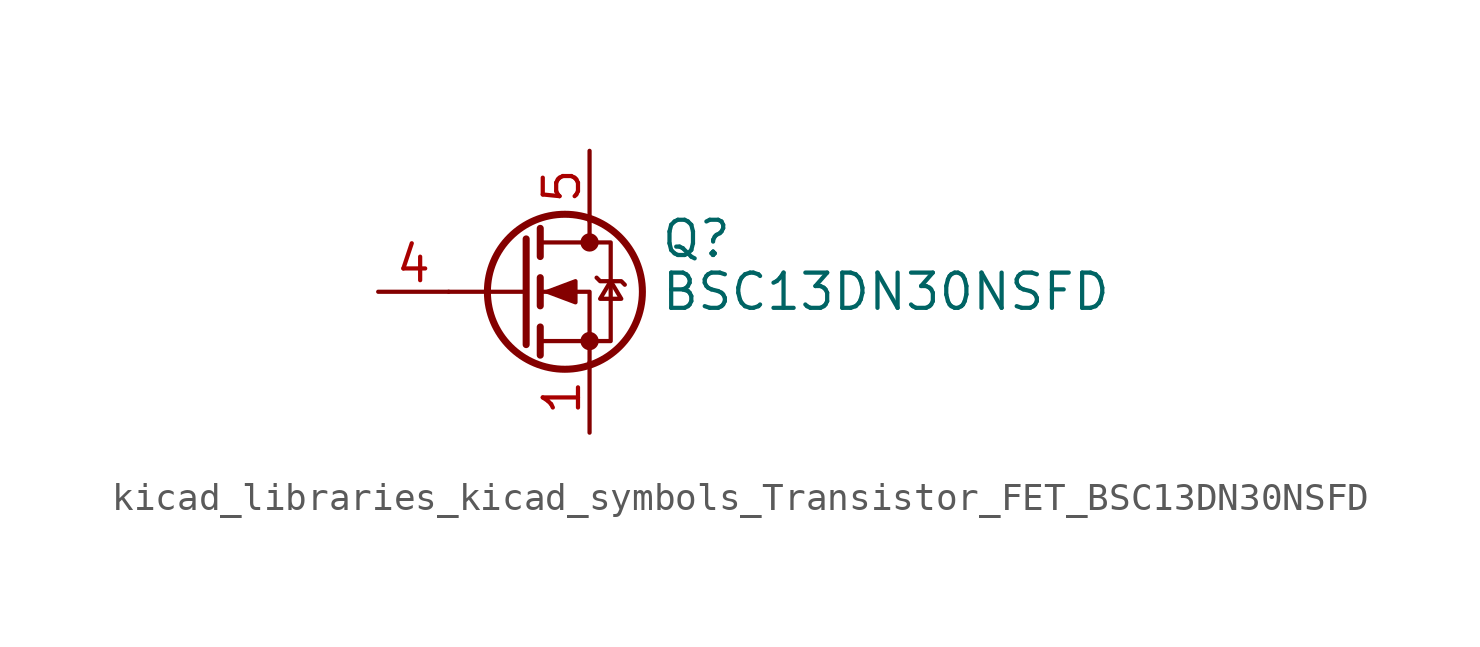
<source format=kicad_sym>
(kicad_symbol_lib
  (version 20220914)
  (generator kicad_symbol_editor)
  (symbol "kicad_libraries_kicad_symbols_Transistor_FET_BSC13DN30NSFD"
    (pin_names hide)
    (property "Reference" "Q"
      (at 5.08 1.905 0)
      (effects (font (size 1.27 1.27)) (justify left)))
    (property "Value" "BSC13DN30NSFD"
      (at 5.08 0 0)
      (effects (font (size 1.27 1.27)) (justify left)))
    (symbol "kicad_libraries_kicad_symbols_Transistor_FET_BSC13DN30NSFD_0_1"
      (polyline (pts (xy 0.254 0) (xy -2.54 0)) (stroke (width 0) (type default)) (fill (type none)))
      (polyline (pts (xy 0.254 1.905) (xy 0.254 -1.905)) (stroke (width 0.254) (type default)) (fill (type none)))
      (polyline (pts (xy 0.762 -1.27) (xy 0.762 -2.286)) (stroke (width 0.254) (type default)) (fill (type none)))
      (polyline (pts (xy 0.762 0.508) (xy 0.762 -0.508)) (stroke (width 0.254) (type default)) (fill (type none)))
      (polyline (pts (xy 0.762 2.286) (xy 0.762 1.27)) (stroke (width 0.254) (type default)) (fill (type none)))
      (polyline (pts (xy 2.54 2.54) (xy 2.54 1.778)) (stroke (width 0) (type default)) (fill (type none)))
      (polyline (pts (xy 2.54 -2.54) (xy 2.54 0) (xy 0.762 0)) (stroke (width 0) (type default)) (fill (type none)))
      (polyline (pts (xy 0.762 -1.778) (xy 3.302 -1.778) (xy 3.302 1.778) (xy 0.762 1.778)) (stroke (width 0) (type default)) (fill (type none)))
      (polyline (pts (xy 1.016 0) (xy 2.032 0.381) (xy 2.032 -0.381) (xy 1.016 0)) (stroke (width 0) (type default)) (fill (type outline)))
      (polyline (pts (xy 2.794 0.508) (xy 2.921 0.381) (xy 3.683 0.381) (xy 3.81 0.254)) (stroke (width 0) (type default)) (fill (type none)))
      (polyline (pts (xy 3.302 0.381) (xy 2.921 -0.254) (xy 3.683 -0.254) (xy 3.302 0.381)) (stroke (width 0) (type default)) (fill (type none)))
      (circle (center 1.651 0) (radius 2.794) (stroke (width 0.254) (type default)) (fill (type none)))
      (circle (center 2.54 -1.778) (radius 0.254) (stroke (width 0) (type default)) (fill (type outline)))
      (circle (center 2.54 1.778) (radius 0.254) (stroke (width 0) (type default)) (fill (type outline))))
    (symbol "kicad_libraries_kicad_symbols_Transistor_FET_BSC13DN30NSFD_1_1"
      (pin passive line (at 2.54 -5.08 90) (length 2.54) (name "S" (effects (font (size 1.27 1.27)))) (number "1" (effects (font (size 1.27 1.27)))))
      (pin passive line (at 2.54 -5.08 90) (length 2.54) hide (name "S" (effects (font (size 1.27 1.27)))) (number "2" (effects (font (size 1.27 1.27)))))
      (pin passive line (at 2.54 -5.08 90) (length 2.54) hide (name "S" (effects (font (size 1.27 1.27)))) (number "3" (effects (font (size 1.27 1.27)))))
      (pin passive line (at -5.08 0 0) (length 2.54) (name "G" (effects (font (size 1.27 1.27)))) (number "4" (effects (font (size 1.27 1.27)))))
      (pin passive line (at 2.54 5.08 270) (length 2.54) (name "D" (effects (font (size 1.27 1.27)))) (number "5" (effects (font (size 1.27 1.27))))))))
</source>
